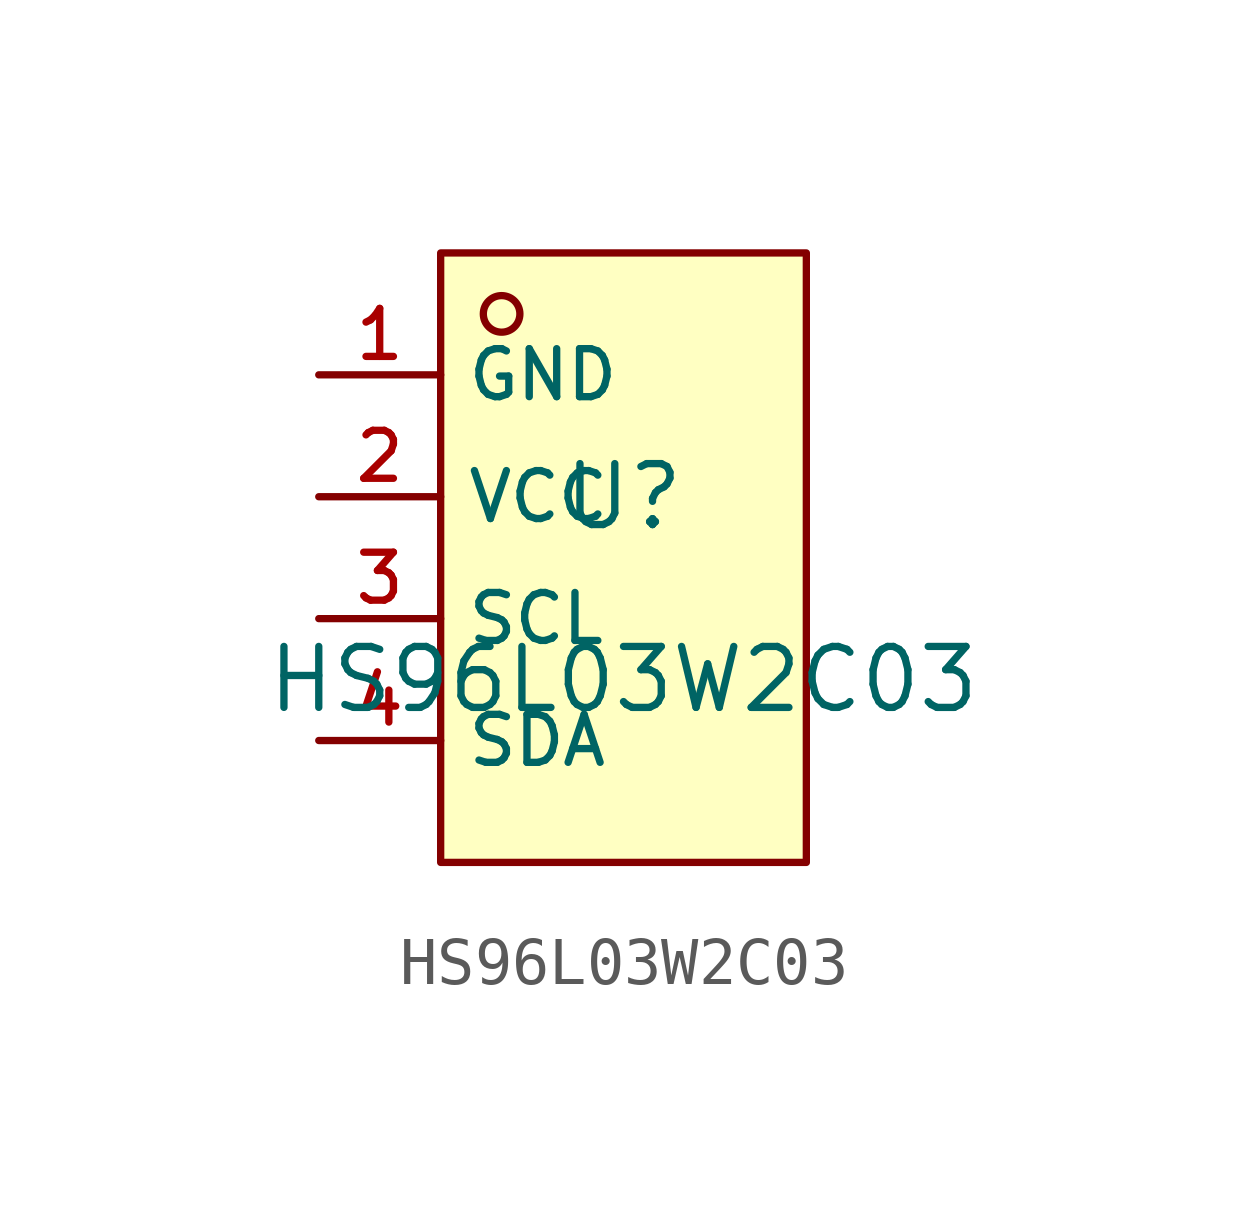
<source format=kicad_sym>
(kicad_symbol_lib
  (version 20210201)
  (generator TousstNicolas/JLC2KiCad_lib)
  (symbol "HS96L03W2C03"
    (property "Reference" "U"
      (at 0 1.27 0)
      (effects (font (size 1.27 1.27))))
    (property "Value" "HS96L03W2C03"
      (at 0 -2.54 0)
      (effects (font (size 1.27 1.27))))
    (symbol "HS96L03W2C03_0_1"
      (rectangle (start -3.81 6.35) (end 3.81 -6.35) (stroke (width 0) (type default) (color 0 0 0 0)) (fill (type background)))
      (circle (center -2.54 5.08) (radius 0.381) (stroke (width 0) (type default) (color 0 0 0 0)) (fill (type background)))
      (pin unspecified line (at -6.35 3.81 0) (length 2.54) (name "GND" (effects (font (size 1 1)))) (number "1" (effects (font (size 1 1)))))
      (pin unspecified line (at -6.35 1.27 0) (length 2.54) (name "VCC" (effects (font (size 1 1)))) (number "2" (effects (font (size 1 1)))))
      (pin unspecified line (at -6.35 -1.27 0) (length 2.54) (name "SCL" (effects (font (size 1 1)))) (number "3" (effects (font (size 1 1)))))
      (pin unspecified line (at -6.35 -3.81 0) (length 2.54) (name "SDA" (effects (font (size 1 1)))) (number "4" (effects (font (size 1 1))))))))
</source>
